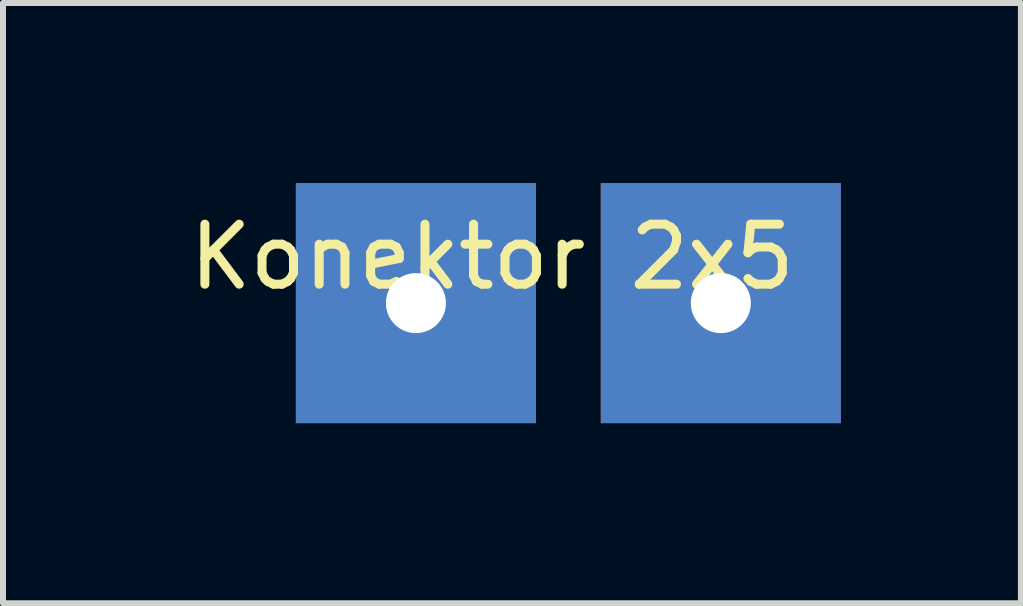
<source format=kicad_pcb>
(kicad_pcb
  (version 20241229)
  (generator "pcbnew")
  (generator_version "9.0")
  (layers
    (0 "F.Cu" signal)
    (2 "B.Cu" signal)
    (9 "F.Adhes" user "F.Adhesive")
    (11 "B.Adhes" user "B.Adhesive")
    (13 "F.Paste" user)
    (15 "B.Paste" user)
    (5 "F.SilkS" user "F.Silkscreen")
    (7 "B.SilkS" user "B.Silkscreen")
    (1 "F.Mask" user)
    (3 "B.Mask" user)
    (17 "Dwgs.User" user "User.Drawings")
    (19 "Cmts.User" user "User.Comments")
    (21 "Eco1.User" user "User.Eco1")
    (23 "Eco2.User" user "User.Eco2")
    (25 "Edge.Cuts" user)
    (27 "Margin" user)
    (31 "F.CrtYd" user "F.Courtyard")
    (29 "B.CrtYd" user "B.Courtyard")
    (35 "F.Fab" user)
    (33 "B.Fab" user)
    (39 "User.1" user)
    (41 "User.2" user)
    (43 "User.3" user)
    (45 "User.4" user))
  (footprint "Konektor 2x5"
    (layer "F.Cu")
    (at 5.149 0.73)
    (property "Reference" "Konektor 2x5" (at 0 0.5 0) (layer "F.SilkS") (effects (font (size 1 1) (thickness 0.15))))
    (attr through_hole)
    (pad "1" thru_hole rect (at -1.27 1.27) (size 4 4) (drill 1) (layers "*.Mask" "B.Cu"))
    (pad "1" thru_hole rect (at 3.81 1.27) (size 4 4) (drill 1) (layers "*.Mask" "B.Cu")))
  (gr_rect
    (start -3 -3)
    (end 13.959 7)
    (stroke (width 0.1) (type default))
    (fill no)
    (layer "Edge.Cuts")))
</source>
